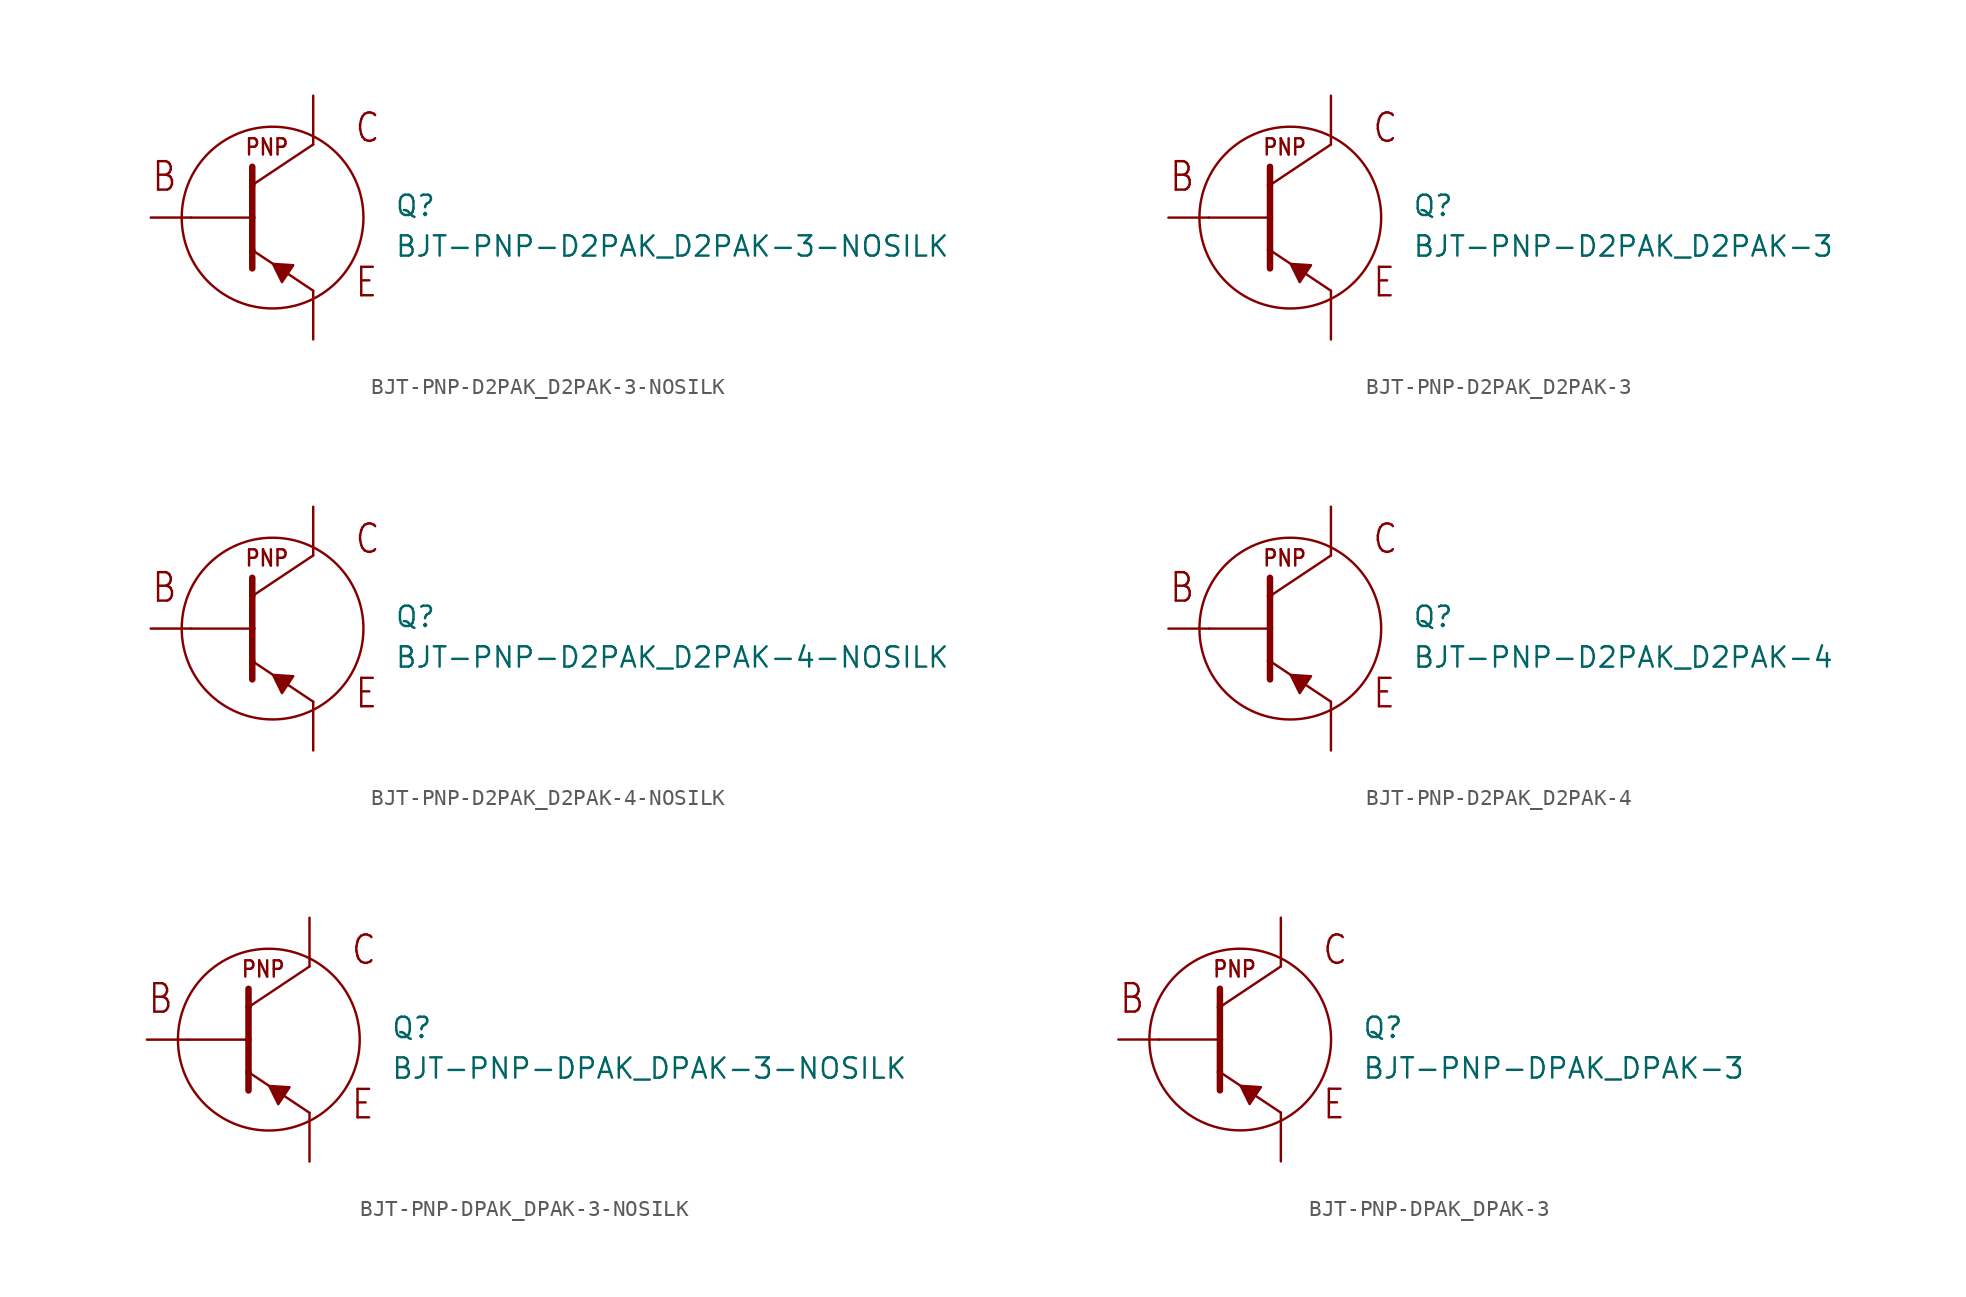
<source format=kicad_sym>
(kicad_symbol_lib
  (version 20211014)
  (generator kicad_symbol_editor)
  (symbol "BJT-PNP-D2PAK_D2PAK-3-NOSILK"
    (pin_numbers hide)
    (pin_names hide)
    (property "Reference" "Q"
      (at 7.62 0 0)
      (effects (font (size 1.27 1.27)) (justify left bottom)))
    (property "Value" "BJT-PNP-D2PAK_D2PAK-3-NOSILK"
      (at 7.62 -2.54 0)
      (effects (font (size 1.27 1.27)) (justify left bottom)))
    (property "Datasheet" ""
      (at 0 0 0))
    (property "ki_description" "BJT PNP  - D2PAK "
      (at 0 0 0))
    (property "ki_fp_filters" "FlashPCB_Transistors:D2PAK_TO-263-3_NOSILK"
      (at 0 0 0))
    (symbol "BJT-PNP-D2PAK_D2PAK-3-NOSILK_1_1"
      (text "PNP" (at -1.778 3.81 0) (effects (font (size 1.016 0.869)) (justify left bottom)))
      (text "C" (at 5.08 4.572 0) (effects (font (size 1.778 1.52)) (justify left bottom)))
      (text "E" (at 5.08 -5.08 0) (effects (font (size 1.778 1.52)) (justify left bottom)))
      (text "B" (at -7.62 1.524 0) (effects (font (size 1.778 1.52)) (justify left bottom)))
      (polyline (pts (xy 0.588 -4.034) (xy 1.292 -2.977) (xy 0.025 -2.895) (xy 0.588 -4.034)) (stroke (width 0.152) (type default)) (fill (type outline)))
      (polyline (pts (xy -1.27 3.175) (xy -1.27 2.032)) (stroke (width 0.406)) (fill (type none)))
      (polyline (pts (xy -1.27 2.032) (xy -1.27 0)) (stroke (width 0.406)) (fill (type none)))
      (polyline (pts (xy -1.27 0) (xy -1.27 -2.032)) (stroke (width 0.406)) (fill (type none)))
      (polyline (pts (xy -1.27 -2.032) (xy -1.27 -3.175)) (stroke (width 0.406)) (fill (type none)))
      (polyline (pts (xy 2.54 4.572) (xy -1.27 2.032)) (stroke (width 0.152)) (fill (type none)))
      (polyline (pts (xy -1.27 -2.032) (xy 2.54 -4.572)) (stroke (width 0.152)) (fill (type none)))
      (polyline (pts (xy 2.54 -4.572) (xy 2.54 -5.08)) (stroke (width 0.152)) (fill (type none)))
      (polyline (pts (xy 2.54 5.08) (xy 2.54 4.572)) (stroke (width 0.152)) (fill (type none)))
      (polyline (pts (xy -5.08 0) (xy -1.27 0)) (stroke (width 0.152)) (fill (type none)))
      (circle (center 0 0) (radius 5.68) (stroke (width 0.152) (type default)) (fill (type none)))
      (pin bidirectional line (at -7.62 0 0) (length 2.54) (name "B" (effects (font (size 0 0)))) (number "1" (effects (font (size 0 0)))))
      (pin bidirectional line (at 2.54 7.62 270) (length 2.54) (name "C" (effects (font (size 0 0)))) (number "4" (effects (font (size 0 0)))))
      (pin bidirectional line (at 2.54 -7.62 90) (length 2.54) (name "E" (effects (font (size 0 0)))) (number "3" (effects (font (size 0 0)))))))
  (symbol "BJT-PNP-D2PAK_D2PAK-3"
    (pin_numbers hide)
    (pin_names hide)
    (property "Reference" "Q"
      (at 7.62 0 0)
      (effects (font (size 1.27 1.27)) (justify left bottom)))
    (property "Value" "BJT-PNP-D2PAK_D2PAK-3"
      (at 7.62 -2.54 0)
      (effects (font (size 1.27 1.27)) (justify left bottom)))
    (property "Datasheet" ""
      (at 0 0 0))
    (property "ki_description" "BJT PNP  - D2PAK "
      (at 0 0 0))
    (property "ki_fp_filters" "FlashPCB_Transistors:D2PAK_TO-263-3"
      (at 0 0 0))
    (symbol "BJT-PNP-D2PAK_D2PAK-3_1_1"
      (text "PNP" (at -1.778 3.81 0) (effects (font (size 1.016 0.869)) (justify left bottom)))
      (text "C" (at 5.08 4.572 0) (effects (font (size 1.778 1.52)) (justify left bottom)))
      (text "E" (at 5.08 -5.08 0) (effects (font (size 1.778 1.52)) (justify left bottom)))
      (text "B" (at -7.62 1.524 0) (effects (font (size 1.778 1.52)) (justify left bottom)))
      (polyline (pts (xy 0.588 -4.034) (xy 1.292 -2.977) (xy 0.025 -2.895) (xy 0.588 -4.034)) (stroke (width 0.152) (type default)) (fill (type outline)))
      (polyline (pts (xy -1.27 3.175) (xy -1.27 2.032)) (stroke (width 0.406)) (fill (type none)))
      (polyline (pts (xy -1.27 2.032) (xy -1.27 0)) (stroke (width 0.406)) (fill (type none)))
      (polyline (pts (xy -1.27 0) (xy -1.27 -2.032)) (stroke (width 0.406)) (fill (type none)))
      (polyline (pts (xy -1.27 -2.032) (xy -1.27 -3.175)) (stroke (width 0.406)) (fill (type none)))
      (polyline (pts (xy 2.54 4.572) (xy -1.27 2.032)) (stroke (width 0.152)) (fill (type none)))
      (polyline (pts (xy -1.27 -2.032) (xy 2.54 -4.572)) (stroke (width 0.152)) (fill (type none)))
      (polyline (pts (xy 2.54 -4.572) (xy 2.54 -5.08)) (stroke (width 0.152)) (fill (type none)))
      (polyline (pts (xy 2.54 5.08) (xy 2.54 4.572)) (stroke (width 0.152)) (fill (type none)))
      (polyline (pts (xy -5.08 0) (xy -1.27 0)) (stroke (width 0.152)) (fill (type none)))
      (circle (center 0 0) (radius 5.68) (stroke (width 0.152) (type default)) (fill (type none)))
      (pin bidirectional line (at -7.62 0 0) (length 2.54) (name "B" (effects (font (size 0 0)))) (number "1" (effects (font (size 0 0)))))
      (pin bidirectional line (at 2.54 7.62 270) (length 2.54) (name "C" (effects (font (size 0 0)))) (number "4" (effects (font (size 0 0)))))
      (pin bidirectional line (at 2.54 -7.62 90) (length 2.54) (name "E" (effects (font (size 0 0)))) (number "3" (effects (font (size 0 0)))))))
  (symbol "BJT-PNP-D2PAK_D2PAK-4-NOSILK"
    (pin_numbers hide)
    (pin_names hide)
    (property "Reference" "Q"
      (at 7.62 0 0)
      (effects (font (size 1.27 1.27)) (justify left bottom)))
    (property "Value" "BJT-PNP-D2PAK_D2PAK-4-NOSILK"
      (at 7.62 -2.54 0)
      (effects (font (size 1.27 1.27)) (justify left bottom)))
    (property "Datasheet" ""
      (at 0 0 0))
    (property "ki_description" "BJT PNP  - D2PAK "
      (at 0 0 0))
    (property "ki_fp_filters" "FlashPCB_Transistors:D2PAK_TO-263-4_NOSILK"
      (at 0 0 0))
    (symbol "BJT-PNP-D2PAK_D2PAK-4-NOSILK_1_1"
      (text "PNP" (at -1.778 3.81 0) (effects (font (size 1.016 0.869)) (justify left bottom)))
      (text "C" (at 5.08 4.572 0) (effects (font (size 1.778 1.52)) (justify left bottom)))
      (text "E" (at 5.08 -5.08 0) (effects (font (size 1.778 1.52)) (justify left bottom)))
      (text "B" (at -7.62 1.524 0) (effects (font (size 1.778 1.52)) (justify left bottom)))
      (polyline (pts (xy 0.588 -4.034) (xy 1.292 -2.977) (xy 0.025 -2.895) (xy 0.588 -4.034)) (stroke (width 0.152) (type default)) (fill (type outline)))
      (polyline (pts (xy -1.27 3.175) (xy -1.27 2.032)) (stroke (width 0.406)) (fill (type none)))
      (polyline (pts (xy -1.27 2.032) (xy -1.27 0)) (stroke (width 0.406)) (fill (type none)))
      (polyline (pts (xy -1.27 0) (xy -1.27 -2.032)) (stroke (width 0.406)) (fill (type none)))
      (polyline (pts (xy -1.27 -2.032) (xy -1.27 -3.175)) (stroke (width 0.406)) (fill (type none)))
      (polyline (pts (xy 2.54 4.572) (xy -1.27 2.032)) (stroke (width 0.152)) (fill (type none)))
      (polyline (pts (xy -1.27 -2.032) (xy 2.54 -4.572)) (stroke (width 0.152)) (fill (type none)))
      (polyline (pts (xy 2.54 -4.572) (xy 2.54 -5.08)) (stroke (width 0.152)) (fill (type none)))
      (polyline (pts (xy 2.54 5.08) (xy 2.54 4.572)) (stroke (width 0.152)) (fill (type none)))
      (polyline (pts (xy -5.08 0) (xy -1.27 0)) (stroke (width 0.152)) (fill (type none)))
      (circle (center 0 0) (radius 5.68) (stroke (width 0.152) (type default)) (fill (type none)))
      (pin bidirectional line (at -7.62 0 0) (length 2.54) (name "B" (effects (font (size 0 0)))) (number "1" (effects (font (size 0 0)))))
      (pin bidirectional line (at 2.54 7.62 270) (length 2.54) (name "C" (effects (font (size 0 0)))) (number "2" (effects (font (size 0 0)))))
      (pin bidirectional line (at 2.54 7.62 270) (length 2.54) hide (name "C" (effects (font (size 0 0)))) (number "4" (effects (font (size 0 0)))))
      (pin bidirectional line (at 2.54 -7.62 90) (length 2.54) (name "E" (effects (font (size 0 0)))) (number "3" (effects (font (size 0 0)))))))
  (symbol "BJT-PNP-D2PAK_D2PAK-4"
    (pin_numbers hide)
    (pin_names hide)
    (property "Reference" "Q"
      (at 7.62 0 0)
      (effects (font (size 1.27 1.27)) (justify left bottom)))
    (property "Value" "BJT-PNP-D2PAK_D2PAK-4"
      (at 7.62 -2.54 0)
      (effects (font (size 1.27 1.27)) (justify left bottom)))
    (property "Datasheet" ""
      (at 0 0 0))
    (property "ki_description" "BJT PNP  - D2PAK "
      (at 0 0 0))
    (property "ki_fp_filters" "FlashPCB_Transistors:D2PAK_TO-263-4"
      (at 0 0 0))
    (symbol "BJT-PNP-D2PAK_D2PAK-4_1_1"
      (text "PNP" (at -1.778 3.81 0) (effects (font (size 1.016 0.869)) (justify left bottom)))
      (text "C" (at 5.08 4.572 0) (effects (font (size 1.778 1.52)) (justify left bottom)))
      (text "E" (at 5.08 -5.08 0) (effects (font (size 1.778 1.52)) (justify left bottom)))
      (text "B" (at -7.62 1.524 0) (effects (font (size 1.778 1.52)) (justify left bottom)))
      (polyline (pts (xy 0.588 -4.034) (xy 1.292 -2.977) (xy 0.025 -2.895) (xy 0.588 -4.034)) (stroke (width 0.152) (type default)) (fill (type outline)))
      (polyline (pts (xy -1.27 3.175) (xy -1.27 2.032)) (stroke (width 0.406)) (fill (type none)))
      (polyline (pts (xy -1.27 2.032) (xy -1.27 0)) (stroke (width 0.406)) (fill (type none)))
      (polyline (pts (xy -1.27 0) (xy -1.27 -2.032)) (stroke (width 0.406)) (fill (type none)))
      (polyline (pts (xy -1.27 -2.032) (xy -1.27 -3.175)) (stroke (width 0.406)) (fill (type none)))
      (polyline (pts (xy 2.54 4.572) (xy -1.27 2.032)) (stroke (width 0.152)) (fill (type none)))
      (polyline (pts (xy -1.27 -2.032) (xy 2.54 -4.572)) (stroke (width 0.152)) (fill (type none)))
      (polyline (pts (xy 2.54 -4.572) (xy 2.54 -5.08)) (stroke (width 0.152)) (fill (type none)))
      (polyline (pts (xy 2.54 5.08) (xy 2.54 4.572)) (stroke (width 0.152)) (fill (type none)))
      (polyline (pts (xy -5.08 0) (xy -1.27 0)) (stroke (width 0.152)) (fill (type none)))
      (circle (center 0 0) (radius 5.68) (stroke (width 0.152) (type default)) (fill (type none)))
      (pin bidirectional line (at -7.62 0 0) (length 2.54) (name "B" (effects (font (size 0 0)))) (number "1" (effects (font (size 0 0)))))
      (pin bidirectional line (at 2.54 7.62 270) (length 2.54) (name "C" (effects (font (size 0 0)))) (number "2" (effects (font (size 0 0)))))
      (pin bidirectional line (at 2.54 7.62 270) (length 2.54) hide (name "C" (effects (font (size 0 0)))) (number "4" (effects (font (size 0 0)))))
      (pin bidirectional line (at 2.54 -7.62 90) (length 2.54) (name "E" (effects (font (size 0 0)))) (number "3" (effects (font (size 0 0)))))))
  (symbol "BJT-PNP-DPAK_DPAK-3-NOSILK"
    (pin_numbers hide)
    (pin_names hide)
    (property "Reference" "Q"
      (at 7.62 0 0)
      (effects (font (size 1.27 1.27)) (justify left bottom)))
    (property "Value" "BJT-PNP-DPAK_DPAK-3-NOSILK"
      (at 7.62 -2.54 0)
      (effects (font (size 1.27 1.27)) (justify left bottom)))
    (property "Datasheet" ""
      (at 0 0 0))
    (property "ki_description" "BJT PNP  - DPAK "
      (at 0 0 0))
    (property "ki_fp_filters" "FlashPCB_Transistors:DPAK_TO-252-3_NOSILK"
      (at 0 0 0))
    (symbol "BJT-PNP-DPAK_DPAK-3-NOSILK_1_1"
      (text "PNP" (at -1.778 3.81 0) (effects (font (size 1.016 0.869)) (justify left bottom)))
      (text "C" (at 5.08 4.572 0) (effects (font (size 1.778 1.52)) (justify left bottom)))
      (text "E" (at 5.08 -5.08 0) (effects (font (size 1.778 1.52)) (justify left bottom)))
      (text "B" (at -7.62 1.524 0) (effects (font (size 1.778 1.52)) (justify left bottom)))
      (polyline (pts (xy 0.588 -4.034) (xy 1.292 -2.977) (xy 0.025 -2.895) (xy 0.588 -4.034)) (stroke (width 0.152) (type default)) (fill (type outline)))
      (polyline (pts (xy -1.27 3.175) (xy -1.27 2.032)) (stroke (width 0.406)) (fill (type none)))
      (polyline (pts (xy -1.27 2.032) (xy -1.27 0)) (stroke (width 0.406)) (fill (type none)))
      (polyline (pts (xy -1.27 0) (xy -1.27 -2.032)) (stroke (width 0.406)) (fill (type none)))
      (polyline (pts (xy -1.27 -2.032) (xy -1.27 -3.175)) (stroke (width 0.406)) (fill (type none)))
      (polyline (pts (xy 2.54 4.572) (xy -1.27 2.032)) (stroke (width 0.152)) (fill (type none)))
      (polyline (pts (xy -1.27 -2.032) (xy 2.54 -4.572)) (stroke (width 0.152)) (fill (type none)))
      (polyline (pts (xy 2.54 -4.572) (xy 2.54 -5.08)) (stroke (width 0.152)) (fill (type none)))
      (polyline (pts (xy 2.54 5.08) (xy 2.54 4.572)) (stroke (width 0.152)) (fill (type none)))
      (polyline (pts (xy -5.08 0) (xy -1.27 0)) (stroke (width 0.152)) (fill (type none)))
      (circle (center 0 0) (radius 5.68) (stroke (width 0.152) (type default)) (fill (type none)))
      (pin bidirectional line (at -7.62 0 0) (length 2.54) (name "B" (effects (font (size 0 0)))) (number "1" (effects (font (size 0 0)))))
      (pin bidirectional line (at 2.54 7.62 270) (length 2.54) (name "C" (effects (font (size 0 0)))) (number "4" (effects (font (size 0 0)))))
      (pin bidirectional line (at 2.54 -7.62 90) (length 2.54) (name "E" (effects (font (size 0 0)))) (number "3" (effects (font (size 0 0)))))))
  (symbol "BJT-PNP-DPAK_DPAK-3"
    (pin_numbers hide)
    (pin_names hide)
    (property "Reference" "Q"
      (at 7.62 0 0)
      (effects (font (size 1.27 1.27)) (justify left bottom)))
    (property "Value" "BJT-PNP-DPAK_DPAK-3"
      (at 7.62 -2.54 0)
      (effects (font (size 1.27 1.27)) (justify left bottom)))
    (property "Datasheet" ""
      (at 0 0 0))
    (property "ki_description" "BJT PNP  - DPAK "
      (at 0 0 0))
    (property "ki_fp_filters" "FlashPCB_Transistors:DPAK_TO-252-3"
      (at 0 0 0))
    (symbol "BJT-PNP-DPAK_DPAK-3_1_1"
      (text "PNP" (at -1.778 3.81 0) (effects (font (size 1.016 0.869)) (justify left bottom)))
      (text "C" (at 5.08 4.572 0) (effects (font (size 1.778 1.52)) (justify left bottom)))
      (text "E" (at 5.08 -5.08 0) (effects (font (size 1.778 1.52)) (justify left bottom)))
      (text "B" (at -7.62 1.524 0) (effects (font (size 1.778 1.52)) (justify left bottom)))
      (polyline (pts (xy 0.588 -4.034) (xy 1.292 -2.977) (xy 0.025 -2.895) (xy 0.588 -4.034)) (stroke (width 0.152) (type default)) (fill (type outline)))
      (polyline (pts (xy -1.27 3.175) (xy -1.27 2.032)) (stroke (width 0.406)) (fill (type none)))
      (polyline (pts (xy -1.27 2.032) (xy -1.27 0)) (stroke (width 0.406)) (fill (type none)))
      (polyline (pts (xy -1.27 0) (xy -1.27 -2.032)) (stroke (width 0.406)) (fill (type none)))
      (polyline (pts (xy -1.27 -2.032) (xy -1.27 -3.175)) (stroke (width 0.406)) (fill (type none)))
      (polyline (pts (xy 2.54 4.572) (xy -1.27 2.032)) (stroke (width 0.152)) (fill (type none)))
      (polyline (pts (xy -1.27 -2.032) (xy 2.54 -4.572)) (stroke (width 0.152)) (fill (type none)))
      (polyline (pts (xy 2.54 -4.572) (xy 2.54 -5.08)) (stroke (width 0.152)) (fill (type none)))
      (polyline (pts (xy 2.54 5.08) (xy 2.54 4.572)) (stroke (width 0.152)) (fill (type none)))
      (polyline (pts (xy -5.08 0) (xy -1.27 0)) (stroke (width 0.152)) (fill (type none)))
      (circle (center 0 0) (radius 5.68) (stroke (width 0.152) (type default)) (fill (type none)))
      (pin bidirectional line (at -7.62 0 0) (length 2.54) (name "B" (effects (font (size 0 0)))) (number "1" (effects (font (size 0 0)))))
      (pin bidirectional line (at 2.54 7.62 270) (length 2.54) (name "C" (effects (font (size 0 0)))) (number "4" (effects (font (size 0 0)))))
      (pin bidirectional line (at 2.54 -7.62 90) (length 2.54) (name "E" (effects (font (size 0 0)))) (number "3" (effects (font (size 0 0))))))))
</source>
